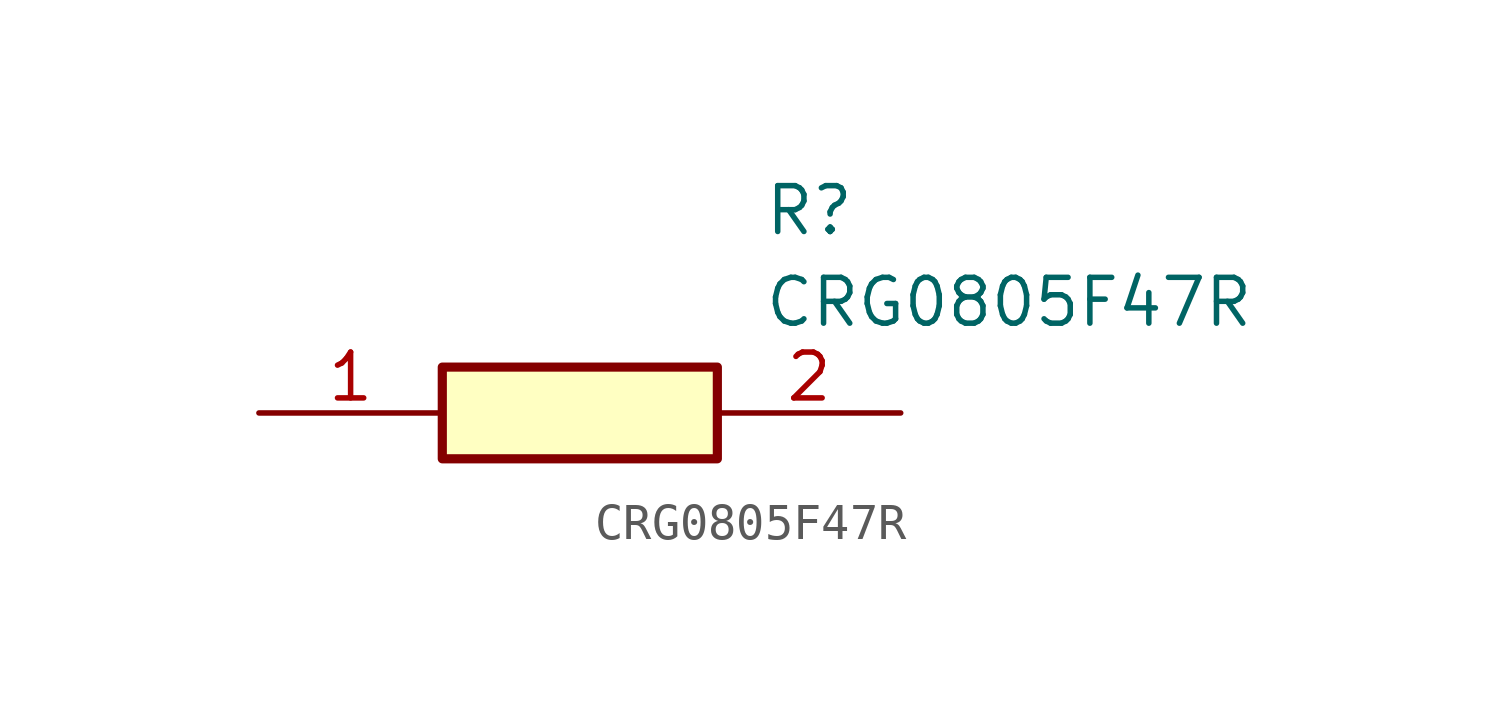
<source format=kicad_sym>
(kicad_symbol_lib
  (version 20211014)
  (generator SamacSys_ECAD_Model)
  (symbol "CRG0805F47R"
    (pin_names hide)
    (property "Reference" "R"
      (at 13.97 6.35 0)
      (effects (font (size 1.27 1.27)) (justify left top)))
    (property "Value" "CRG0805F47R"
      (at 13.97 3.81 0)
      (effects (font (size 1.27 1.27)) (justify left top)))
    (rectangle
      (start 5.08 1.27)
      (end 12.7 -1.27)
      (stroke (width 0.254) (type default))
      (fill (type background)))
    (pin passive line
      (at 0 0 0)
      (length 5.08)
      (name "1" (effects (font (size 1.27 1.27))))
      (number "1" (effects (font (size 1.27 1.27)))))
    (pin passive line
      (at 17.78 0 180)
      (length 5.08)
      (name "2" (effects (font (size 1.27 1.27))))
      (number "2" (effects (font (size 1.27 1.27)))))))
</source>
